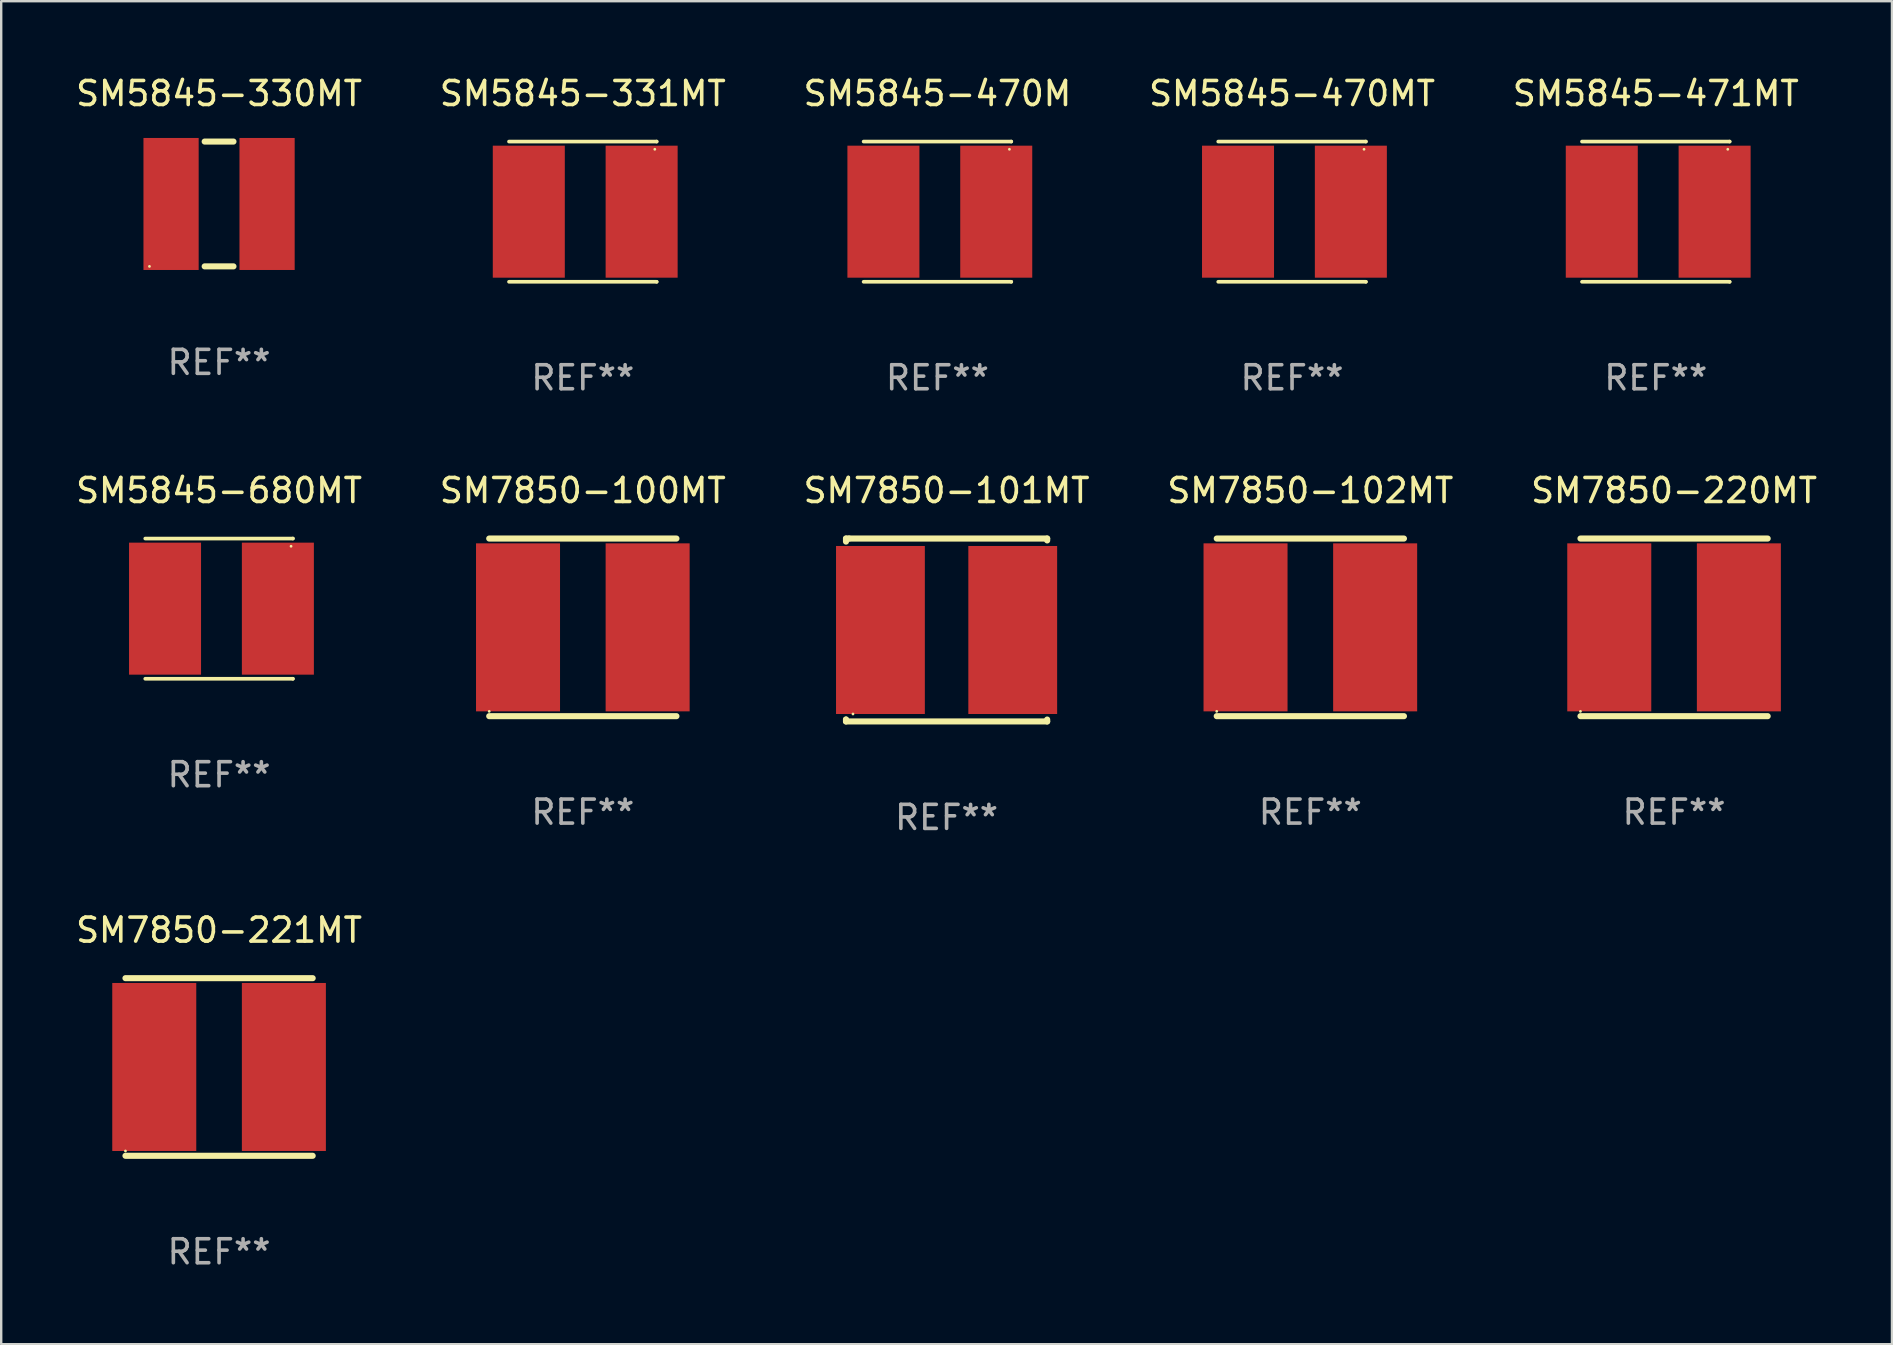
<source format=kicad_pcb>
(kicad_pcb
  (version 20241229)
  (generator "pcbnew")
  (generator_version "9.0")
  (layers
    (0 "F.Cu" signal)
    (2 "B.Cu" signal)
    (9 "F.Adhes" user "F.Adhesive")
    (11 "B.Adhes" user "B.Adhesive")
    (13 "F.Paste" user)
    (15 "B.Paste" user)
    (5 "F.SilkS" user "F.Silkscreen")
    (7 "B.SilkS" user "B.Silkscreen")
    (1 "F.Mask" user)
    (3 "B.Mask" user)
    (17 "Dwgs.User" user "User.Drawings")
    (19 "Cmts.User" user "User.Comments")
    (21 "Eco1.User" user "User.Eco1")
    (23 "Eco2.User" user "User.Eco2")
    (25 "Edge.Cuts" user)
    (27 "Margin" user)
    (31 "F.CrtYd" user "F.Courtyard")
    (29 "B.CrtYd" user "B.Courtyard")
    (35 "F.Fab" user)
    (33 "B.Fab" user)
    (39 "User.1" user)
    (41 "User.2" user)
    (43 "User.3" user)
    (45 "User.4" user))
  (footprint "SM7850-220MT"
    (layer "F.Cu")
    (at 66.696 23.087)
    (property "Reference" "SM7850-220MT" (at 0 -5.7 0) (layer "F.SilkS") (effects (font (size 1 1) (thickness 0.15))))
    (attr through_hole)
    (fp_line (start -3.9 -3.7) (end 3.9 -3.7) (stroke (width 0.254) (type solid)) (layer "F.SilkS"))
    (fp_line (start -3.9 3.7) (end 3.9 3.7) (stroke (width 0.254) (type solid)) (layer "F.SilkS"))
    (fp_circle (center -3.9 3.5) (end -3.87 3.5) (stroke (width 0.06) (type solid)) (fill no) (layer "F.SilkS"))
    (fp_text user "REF**" (at 0 7.7 0) (layer "F.Fab") (effects (font (size 1 1) (thickness 0.15))))
    (pad "1" smd rect (at -2.7 0) (size 3.5 7) (layers "F.Cu" "F.Mask" "F.Paste"))
    (pad "2" smd rect (at 2.7 0) (size 3.5 7) (layers "F.Cu" "F.Mask" "F.Paste")))
  (footprint "SM7850-101MT"
    (layer "F.Cu")
    (at 36.387 23.197)
    (property "Reference" "SM7850-101MT" (at 0 -5.81 0) (layer "F.SilkS") (effects (font (size 1 1) (thickness 0.15))))
    (attr through_hole)
    (fp_line (start -4.191 3.73) (end -4.191 3.731) (stroke (width 0.254) (type solid)) (layer "F.SilkS"))
    (fp_line (start -4.191 -3.81) (end -4.191 -3.683) (stroke (width 0.254) (type solid)) (layer "F.SilkS"))
    (fp_line (start -4.191 3.81) (end -4.191 3.731) (stroke (width 0.254) (type solid)) (layer "F.SilkS"))
    (fp_line (start -4.064 -3.81) (end -4.191 -3.81) (stroke (width 0.254) (type solid)) (layer "F.SilkS"))
    (fp_line (start -4.064 -3.81) (end 4.191 -3.81) (stroke (width 0.254) (type solid)) (layer "F.SilkS"))
    (fp_line (start 4.191 -3.81) (end 4.191 -3.731) (stroke (width 0.254) (type solid)) (layer "F.SilkS"))
    (fp_line (start 4.191 3.731) (end 4.191 3.81) (stroke (width 0.254) (type solid)) (layer "F.SilkS"))
    (fp_line (start 4.191 3.81) (end -4.191 3.81) (stroke (width 0.254) (type solid)) (layer "F.SilkS"))
    (fp_circle (center -3.9 3.5) (end -3.87 3.5) (stroke (width 0.06) (type solid)) (fill no) (layer "F.SilkS"))
    (fp_text user "REF**" (at 0 7.81 0) (layer "F.Fab") (effects (font (size 1 1) (thickness 0.15))))
    (pad "1" smd rect (at -2.756 0) (size 3.7 7) (layers "F.Cu" "F.Mask" "F.Paste"))
    (pad "2" smd rect (at 2.756 0) (size 3.7 7) (layers "F.Cu" "F.Mask" "F.Paste")))
  (footprint "SM5845-470M"
    (layer "F.Cu")
    (at 36.006 5.769)
    (property "Reference" "SM5845-470M" (at 0 -4.921 0) (layer "F.SilkS") (effects (font (size 1 1) (thickness 0.15))))
    (attr through_hole)
    (fp_line (start -3.076 2.921) (end 3.076 2.921) (stroke (width 0.152) (type solid)) (layer "F.SilkS"))
    (fp_line (start -3.076 -2.921) (end 3.076 -2.921) (stroke (width 0.152) (type solid)) (layer "F.SilkS"))
    (fp_line (start 3.076 2.921) (end 3.076 2.921) (stroke (width 0.152) (type solid)) (layer "F.SilkS"))
    (fp_line (start 3.076 -2.921) (end 3.076 -2.921) (stroke (width 0.152) (type solid)) (layer "F.SilkS"))
    (fp_circle (center 2.999 -2.6) (end 3.029 -2.6) (stroke (width 0.06) (type solid)) (fill no) (layer "F.SilkS"))
    (fp_text user "REF**" (at 0 6.921 0) (layer "F.Fab") (effects (font (size 1 1) (thickness 0.15))))
    (pad "1" smd rect (at 2.45 -0.000013) (size 3 5.5) (layers "F.Cu" "F.Mask" "F.Paste"))
    (pad "2" smd rect (at -2.251 -0.000013) (size 3 5.5) (layers "F.Cu" "F.Mask" "F.Paste")))
  (footprint "SM7850-221MT"
    (layer "F.Cu")
    (at 6.077 41.403)
    (property "Reference" "SM7850-221MT" (at 0 -5.7 0) (layer "F.SilkS") (effects (font (size 1 1) (thickness 0.15))))
    (attr through_hole)
    (fp_line (start -3.9 -3.7) (end 3.9 -3.7) (stroke (width 0.254) (type solid)) (layer "F.SilkS"))
    (fp_line (start -3.9 3.7) (end 3.9 3.7) (stroke (width 0.254) (type solid)) (layer "F.SilkS"))
    (fp_circle (center -3.9 3.5) (end -3.87 3.5) (stroke (width 0.06) (type solid)) (fill no) (layer "F.SilkS"))
    (fp_text user "REF**" (at 0 7.7 0) (layer "F.Fab") (effects (font (size 1 1) (thickness 0.15))))
    (pad "1" smd rect (at -2.7 0) (size 3.5 7) (layers "F.Cu" "F.Mask" "F.Paste"))
    (pad "2" smd rect (at 2.7 0) (size 3.5 7) (layers "F.Cu" "F.Mask" "F.Paste")))
  (footprint "SM7850-102MT"
    (layer "F.Cu")
    (at 51.542 23.087)
    (property "Reference" "SM7850-102MT" (at 0 -5.7 0) (layer "F.SilkS") (effects (font (size 1 1) (thickness 0.15))))
    (attr through_hole)
    (fp_line (start -3.9 -3.7) (end 3.9 -3.7) (stroke (width 0.254) (type solid)) (layer "F.SilkS"))
    (fp_line (start -3.9 3.7) (end 3.9 3.7) (stroke (width 0.254) (type solid)) (layer "F.SilkS"))
    (fp_circle (center -3.9 3.5) (end -3.87 3.5) (stroke (width 0.06) (type solid)) (fill no) (layer "F.SilkS"))
    (fp_text user "REF**" (at 0 7.7 0) (layer "F.Fab") (effects (font (size 1 1) (thickness 0.15))))
    (pad "1" smd rect (at -2.7 0) (size 3.5 7) (layers "F.Cu" "F.Mask" "F.Paste"))
    (pad "2" smd rect (at 2.7 0) (size 3.5 7) (layers "F.Cu" "F.Mask" "F.Paste")))
  (footprint "SM5845-471MT"
    (layer "F.Cu")
    (at 65.935 5.769)
    (property "Reference" "SM5845-471MT" (at 0 -4.921 0) (layer "F.SilkS") (effects (font (size 1 1) (thickness 0.15))))
    (attr through_hole)
    (fp_line (start -3.076 2.921) (end 3.076 2.921) (stroke (width 0.152) (type solid)) (layer "F.SilkS"))
    (fp_line (start -3.076 -2.921) (end 3.076 -2.921) (stroke (width 0.152) (type solid)) (layer "F.SilkS"))
    (fp_line (start 3.076 2.921) (end 3.076 2.921) (stroke (width 0.152) (type solid)) (layer "F.SilkS"))
    (fp_line (start 3.076 -2.921) (end 3.076 -2.921) (stroke (width 0.152) (type solid)) (layer "F.SilkS"))
    (fp_circle (center 2.999 -2.6) (end 3.029 -2.6) (stroke (width 0.06) (type solid)) (fill no) (layer "F.SilkS"))
    (fp_text user "REF**" (at 0 6.921 0) (layer "F.Fab") (effects (font (size 1 1) (thickness 0.15))))
    (pad "1" smd rect (at 2.45 -0.000013) (size 3 5.5) (layers "F.Cu" "F.Mask" "F.Paste"))
    (pad "2" smd rect (at -2.251 -0.000013) (size 3 5.5) (layers "F.Cu" "F.Mask" "F.Paste")))
  (footprint "SM5845-330MT"
    (layer "F.Cu")
    (at 6.077 5.448)
    (property "Reference" "SM5845-330MT" (at 0 -4.6 0) (layer "F.SilkS") (effects (font (size 1 1) (thickness 0.15))))
    (attr through_hole)
    (fp_line (start -0.6 -2.6) (end 0.6 -2.6) (stroke (width 0.254) (type solid)) (layer "F.SilkS"))
    (fp_line (start -0.6 2.6) (end 0.6 2.6) (stroke (width 0.254) (type solid)) (layer "F.SilkS"))
    (fp_circle (center -2.9 2.6) (end -2.87 2.6) (stroke (width 0.06) (type solid)) (fill no) (layer "F.SilkS"))
    (fp_text user "REF**" (at 0 6.6 0) (layer "F.Fab") (effects (font (size 1 1) (thickness 0.15))))
    (pad "1" smd rect (at -2 0 90) (size 5.5 2.3) (layers "F.Cu" "F.Mask" "F.Paste"))
    (pad "2" smd rect (at 2 0 90) (size 5.5 2.3) (layers "F.Cu" "F.Mask" "F.Paste")))
  (footprint "SM5845-470MT"
    (layer "F.Cu")
    (at 50.78 5.769)
    (property "Reference" "SM5845-470MT" (at 0 -4.921 0) (layer "F.SilkS") (effects (font (size 1 1) (thickness 0.15))))
    (attr through_hole)
    (fp_line (start -3.076 2.921) (end 3.076 2.921) (stroke (width 0.152) (type solid)) (layer "F.SilkS"))
    (fp_line (start -3.076 -2.921) (end 3.076 -2.921) (stroke (width 0.152) (type solid)) (layer "F.SilkS"))
    (fp_line (start 3.076 2.921) (end 3.076 2.921) (stroke (width 0.152) (type solid)) (layer "F.SilkS"))
    (fp_line (start 3.076 -2.921) (end 3.076 -2.921) (stroke (width 0.152) (type solid)) (layer "F.SilkS"))
    (fp_circle (center 2.999 -2.6) (end 3.029 -2.6) (stroke (width 0.06) (type solid)) (fill no) (layer "F.SilkS"))
    (fp_text user "REF**" (at 0 6.921 0) (layer "F.Fab") (effects (font (size 1 1) (thickness 0.15))))
    (pad "1" smd rect (at 2.45 -0.000013) (size 3 5.5) (layers "F.Cu" "F.Mask" "F.Paste"))
    (pad "2" smd rect (at -2.251 -0.000013) (size 3 5.5) (layers "F.Cu" "F.Mask" "F.Paste")))
  (footprint "SM5845-331MT"
    (layer "F.Cu")
    (at 21.232 5.769)
    (property "Reference" "SM5845-331MT" (at 0 -4.921 0) (layer "F.SilkS") (effects (font (size 1 1) (thickness 0.15))))
    (attr through_hole)
    (fp_line (start -3.076 2.921) (end 3.076 2.921) (stroke (width 0.152) (type solid)) (layer "F.SilkS"))
    (fp_line (start -3.076 -2.921) (end 3.076 -2.921) (stroke (width 0.152) (type solid)) (layer "F.SilkS"))
    (fp_line (start 3.076 2.921) (end 3.076 2.921) (stroke (width 0.152) (type solid)) (layer "F.SilkS"))
    (fp_line (start 3.076 -2.921) (end 3.076 -2.921) (stroke (width 0.152) (type solid)) (layer "F.SilkS"))
    (fp_circle (center 2.999 -2.6) (end 3.029 -2.6) (stroke (width 0.06) (type solid)) (fill no) (layer "F.SilkS"))
    (fp_text user "REF**" (at 0 6.921 0) (layer "F.Fab") (effects (font (size 1 1) (thickness 0.15))))
    (pad "1" smd rect (at 2.45 -0.000013) (size 3 5.5) (layers "F.Cu" "F.Mask" "F.Paste"))
    (pad "2" smd rect (at -2.251 -0.000013) (size 3 5.5) (layers "F.Cu" "F.Mask" "F.Paste")))
  (footprint "SM5845-680MT"
    (layer "F.Cu")
    (at 6.077 22.308)
    (property "Reference" "SM5845-680MT" (at 0 -4.921 0) (layer "F.SilkS") (effects (font (size 1 1) (thickness 0.15))))
    (attr through_hole)
    (fp_line (start -3.076 2.921) (end 3.076 2.921) (stroke (width 0.152) (type solid)) (layer "F.SilkS"))
    (fp_line (start -3.076 -2.921) (end 3.076 -2.921) (stroke (width 0.152) (type solid)) (layer "F.SilkS"))
    (fp_line (start 3.076 2.921) (end 3.076 2.921) (stroke (width 0.152) (type solid)) (layer "F.SilkS"))
    (fp_line (start 3.076 -2.921) (end 3.076 -2.921) (stroke (width 0.152) (type solid)) (layer "F.SilkS"))
    (fp_circle (center 2.999 -2.6) (end 3.029 -2.6) (stroke (width 0.06) (type solid)) (fill no) (layer "F.SilkS"))
    (fp_text user "REF**" (at 0 6.921 0) (layer "F.Fab") (effects (font (size 1 1) (thickness 0.15))))
    (pad "1" smd rect (at 2.45 -0.000013) (size 3 5.5) (layers "F.Cu" "F.Mask" "F.Paste"))
    (pad "2" smd rect (at -2.251 -0.000013) (size 3 5.5) (layers "F.Cu" "F.Mask" "F.Paste")))
  (footprint "SM7850-100MT"
    (layer "F.Cu")
    (at 21.232 23.087)
    (property "Reference" "SM7850-100MT" (at 0 -5.7 0) (layer "F.SilkS") (effects (font (size 1 1) (thickness 0.15))))
    (attr through_hole)
    (fp_line (start -3.9 -3.7) (end 3.9 -3.7) (stroke (width 0.254) (type solid)) (layer "F.SilkS"))
    (fp_line (start -3.9 3.7) (end 3.9 3.7) (stroke (width 0.254) (type solid)) (layer "F.SilkS"))
    (fp_circle (center -3.9 3.5) (end -3.87 3.5) (stroke (width 0.06) (type solid)) (fill no) (layer "F.SilkS"))
    (fp_text user "REF**" (at 0 7.7 0) (layer "F.Fab") (effects (font (size 1 1) (thickness 0.15))))
    (pad "1" smd rect (at -2.7 0) (size 3.5 7) (layers "F.Cu" "F.Mask" "F.Paste"))
    (pad "2" smd rect (at 2.7 0) (size 3.5 7) (layers "F.Cu" "F.Mask" "F.Paste")))
  (gr_rect
    (start -3 -3)
    (end 75.774 52.952)
    (stroke (width 0.1) (type default))
    (fill no)
    (layer "Edge.Cuts")))
</source>
